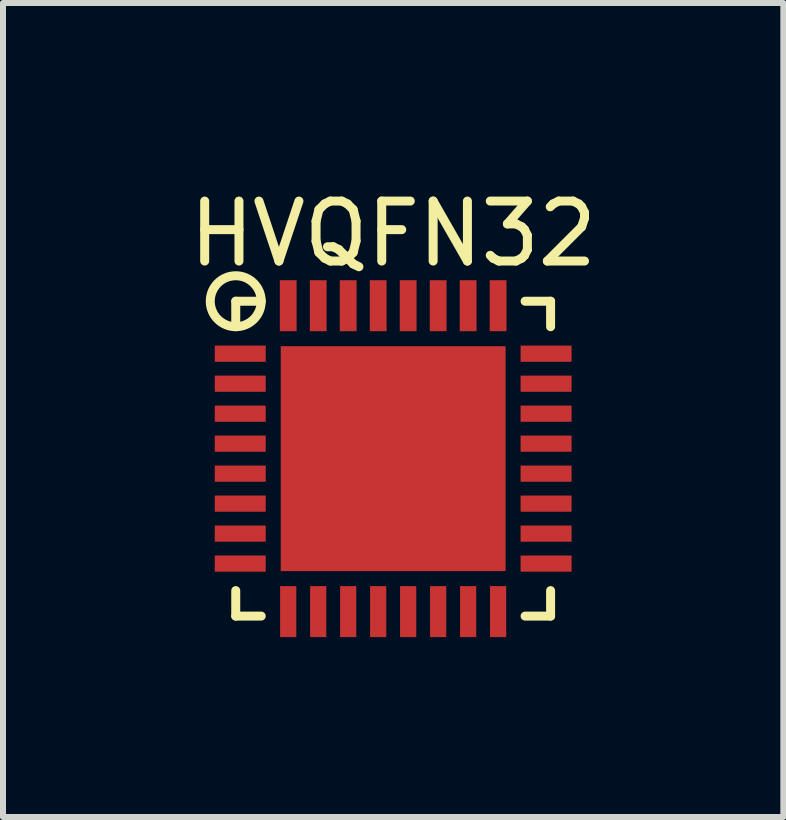
<source format=kicad_pcb>
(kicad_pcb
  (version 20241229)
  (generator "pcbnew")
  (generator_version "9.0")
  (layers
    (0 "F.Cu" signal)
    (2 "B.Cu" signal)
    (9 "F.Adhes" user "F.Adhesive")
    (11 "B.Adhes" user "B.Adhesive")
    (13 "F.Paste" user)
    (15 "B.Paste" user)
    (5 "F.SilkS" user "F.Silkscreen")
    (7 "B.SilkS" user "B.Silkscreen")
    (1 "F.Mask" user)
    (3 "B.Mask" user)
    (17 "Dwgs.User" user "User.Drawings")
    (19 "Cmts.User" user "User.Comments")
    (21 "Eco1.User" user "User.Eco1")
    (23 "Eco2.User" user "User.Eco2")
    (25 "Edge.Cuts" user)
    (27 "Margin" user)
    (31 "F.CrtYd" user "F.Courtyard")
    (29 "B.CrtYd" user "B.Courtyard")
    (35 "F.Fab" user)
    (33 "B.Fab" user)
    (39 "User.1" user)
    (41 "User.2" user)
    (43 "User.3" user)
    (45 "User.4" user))
  (footprint "HVQFN32"
    (layer "F.Cu")
    (at 3.506 4.598)
    (property "Reference" "HVQFN32" (at 0 -3.75 0) (layer "F.SilkS") (effects (font (size 1 1) (thickness 0.15))))
    (attr through_hole)
    (fp_line (start -2.625 -2.625) (end -2.625 -2.2) (stroke (width 0.15) (type solid)) (layer "F.SilkS"))
    (fp_line (start -2.625 -2.625) (end -2.2 -2.625) (stroke (width 0.15) (type solid)) (layer "F.SilkS"))
    (fp_line (start -2.625 2.625) (end -2.625 2.2) (stroke (width 0.15) (type solid)) (layer "F.SilkS"))
    (fp_line (start -2.625 2.625) (end -2.2 2.625) (stroke (width 0.15) (type solid)) (layer "F.SilkS"))
    (fp_line (start 2.625 -2.625) (end 2.2 -2.625) (stroke (width 0.15) (type solid)) (layer "F.SilkS"))
    (fp_line (start 2.625 -2.625) (end 2.625 -2.2) (stroke (width 0.15) (type solid)) (layer "F.SilkS"))
    (fp_line (start 2.625 2.625) (end 2.2 2.625) (stroke (width 0.15) (type solid)) (layer "F.SilkS"))
    (fp_line (start 2.625 2.625) (end 2.625 2.2) (stroke (width 0.15) (type solid)) (layer "F.SilkS"))
    (fp_circle (center -2.625 -2.625) (end -2.2 -2.625) (stroke (width 0.15) (type solid)) (fill no) (layer "F.SilkS"))
    (pad "1" smd rect (at -2.55 -1.75) (size 0.85 0.27) (layers "F.Cu" "F.Mask" "F.Paste"))
    (pad "2" smd rect (at -2.55 -1.25) (size 0.85 0.27) (layers "F.Cu" "F.Mask" "F.Paste"))
    (pad "3" smd rect (at -2.55 -0.75) (size 0.85 0.27) (layers "F.Cu" "F.Mask" "F.Paste"))
    (pad "4" smd rect (at -2.55 -0.25) (size 0.85 0.27) (layers "F.Cu" "F.Mask" "F.Paste"))
    (pad "5" smd rect (at -2.55 0.25) (size 0.85 0.27) (layers "F.Cu" "F.Mask" "F.Paste"))
    (pad "6" smd rect (at -2.55 0.75) (size 0.85 0.27) (layers "F.Cu" "F.Mask" "F.Paste"))
    (pad "7" smd rect (at -2.55 1.25) (size 0.85 0.27) (layers "F.Cu" "F.Mask" "F.Paste"))
    (pad "8" smd rect (at -2.55 1.75) (size 0.85 0.27) (layers "F.Cu" "F.Mask" "F.Paste"))
    (pad "9" smd rect (at -1.75 2.55) (size 0.27 0.85) (layers "F.Cu" "F.Mask" "F.Paste"))
    (pad "10" smd rect (at -1.25 2.55) (size 0.27 0.85) (layers "F.Cu" "F.Mask" "F.Paste"))
    (pad "11" smd rect (at -0.75 2.55) (size 0.27 0.85) (layers "F.Cu" "F.Mask" "F.Paste"))
    (pad "12" smd rect (at -0.25 2.55) (size 0.27 0.85) (layers "F.Cu" "F.Mask" "F.Paste"))
    (pad "13" smd rect (at 0.25 2.55) (size 0.27 0.85) (layers "F.Cu" "F.Mask" "F.Paste"))
    (pad "14" smd rect (at 0.75 2.55) (size 0.27 0.85) (layers "F.Cu" "F.Mask" "F.Paste"))
    (pad "15" smd rect (at 1.25 2.55) (size 0.27 0.85) (layers "F.Cu" "F.Mask" "F.Paste"))
    (pad "16" smd rect (at 1.75 2.55) (size 0.27 0.85) (layers "F.Cu" "F.Mask" "F.Paste"))
    (pad "17" smd rect (at 2.55 1.75) (size 0.85 0.27) (layers "F.Cu" "F.Mask" "F.Paste"))
    (pad "18" smd rect (at 2.55 1.25) (size 0.85 0.27) (layers "F.Cu" "F.Mask" "F.Paste"))
    (pad "19" smd rect (at 2.55 0.75) (size 0.85 0.27) (layers "F.Cu" "F.Mask" "F.Paste"))
    (pad "20" smd rect (at 2.55 0.25) (size 0.85 0.27) (layers "F.Cu" "F.Mask" "F.Paste"))
    (pad "21" smd rect (at 2.55 -0.25) (size 0.85 0.27) (layers "F.Cu" "F.Mask" "F.Paste"))
    (pad "22" smd rect (at 2.55 -0.75) (size 0.85 0.27) (layers "F.Cu" "F.Mask" "F.Paste"))
    (pad "23" smd rect (at 2.55 -1.25) (size 0.85 0.27) (layers "F.Cu" "F.Mask" "F.Paste"))
    (pad "24" smd rect (at 2.55 -1.75) (size 0.85 0.27) (layers "F.Cu" "F.Mask" "F.Paste"))
    (pad "25" smd rect (at 1.75 -2.55) (size 0.28 0.85) (layers "F.Cu" "F.Mask" "F.Paste"))
    (pad "26" smd rect (at 1.25 -2.55) (size 0.28 0.85) (layers "F.Cu" "F.Mask" "F.Paste"))
    (pad "27" smd rect (at 0.75 -2.55) (size 0.28 0.85) (layers "F.Cu" "F.Mask" "F.Paste"))
    (pad "28" smd rect (at 0.25 -2.55) (size 0.28 0.85) (layers "F.Cu" "F.Mask" "F.Paste"))
    (pad "29" smd rect (at -0.25 -2.55) (size 0.28 0.85) (layers "F.Cu" "F.Mask" "F.Paste"))
    (pad "30" smd rect (at -0.75 -2.55) (size 0.28 0.85) (layers "F.Cu" "F.Mask" "F.Paste"))
    (pad "31" smd rect (at -1.25 -2.55) (size 0.28 0.85) (layers "F.Cu" "F.Mask" "F.Paste"))
    (pad "32" smd rect (at -1.75 -2.55) (size 0.28 0.85) (layers "F.Cu" "F.Mask" "F.Paste"))
    (pad "33" smd rect (at 0 0) (size 3.75 3.75) (layers "F.Cu" "F.Mask" "F.Paste")))
  (gr_rect
    (start -3 -3)
    (end 10.012 10.573)
    (stroke (width 0.1) (type default))
    (fill no)
    (layer "Edge.Cuts")))
</source>
